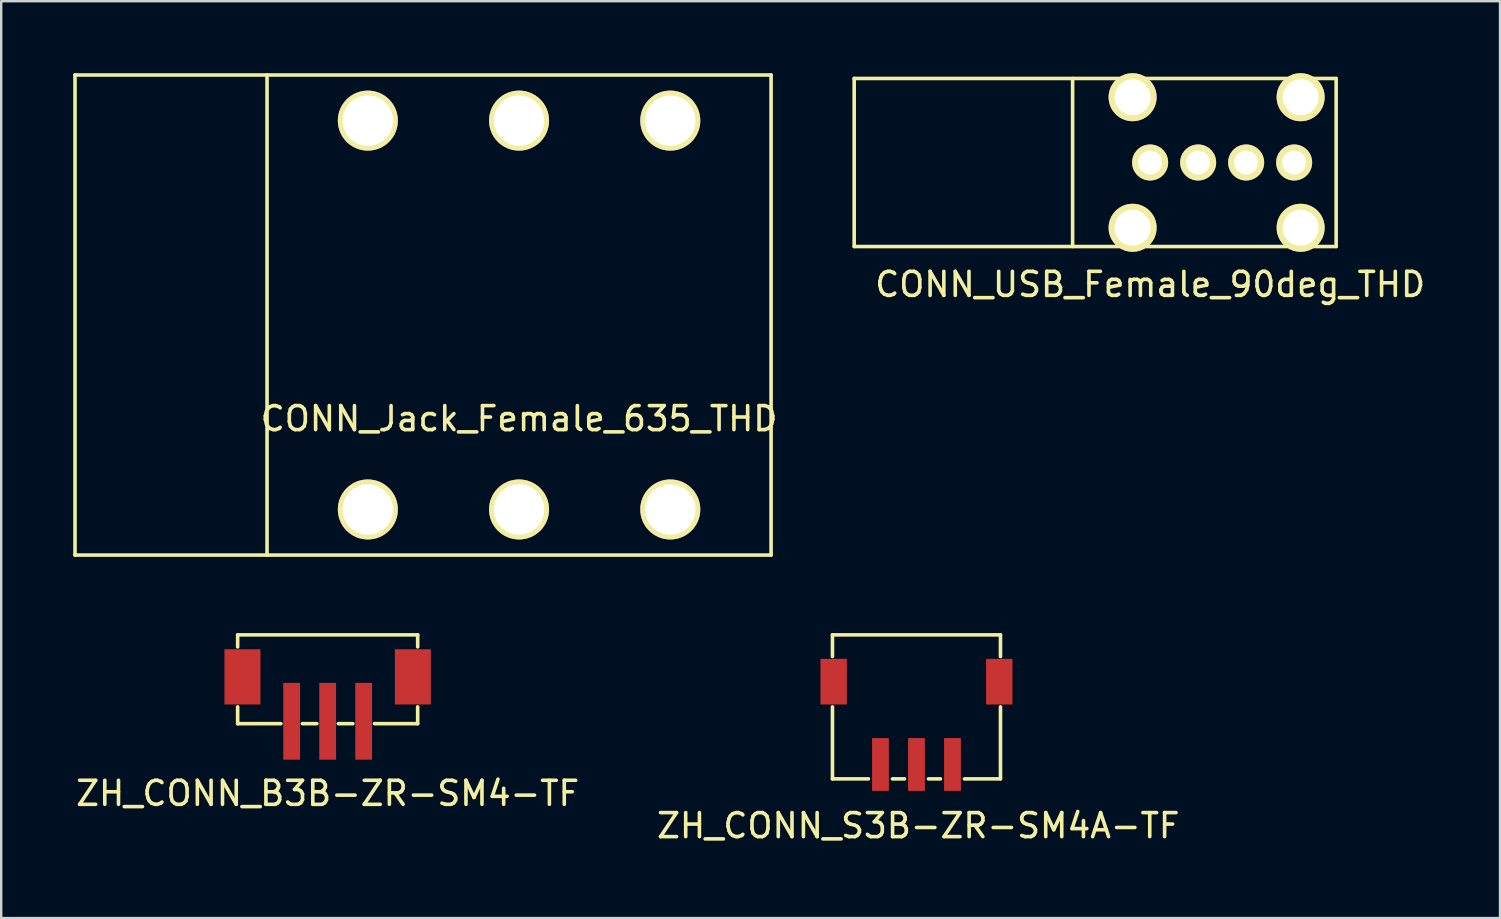
<source format=kicad_pcb>
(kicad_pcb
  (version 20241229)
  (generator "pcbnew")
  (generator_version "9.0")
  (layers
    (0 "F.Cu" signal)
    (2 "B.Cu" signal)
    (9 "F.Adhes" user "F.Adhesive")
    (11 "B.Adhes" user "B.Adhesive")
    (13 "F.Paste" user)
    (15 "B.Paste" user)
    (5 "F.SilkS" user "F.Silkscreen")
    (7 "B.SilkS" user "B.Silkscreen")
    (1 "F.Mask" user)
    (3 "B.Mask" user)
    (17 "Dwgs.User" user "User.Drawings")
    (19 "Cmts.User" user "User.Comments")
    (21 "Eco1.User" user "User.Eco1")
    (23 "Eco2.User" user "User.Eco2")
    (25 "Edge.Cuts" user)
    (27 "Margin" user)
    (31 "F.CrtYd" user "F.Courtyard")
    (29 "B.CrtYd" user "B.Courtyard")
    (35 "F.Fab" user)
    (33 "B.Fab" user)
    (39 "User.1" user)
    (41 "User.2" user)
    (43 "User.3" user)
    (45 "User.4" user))
  (footprint "CONN_Jack_Female_635_THD"
    (layer "F.Cu")
    (at 18.575 10.075)
    (property "Reference" "CONN_Jack_Female_635_THD" (at 0 4.318 0) (layer "F.SilkS") (effects (font (size 1 1) (thickness 0.15))))
    (attr through_hole)
    (fp_line (start -18.5 -10) (end -10.5 -10) (stroke (width 0.15) (type solid)) (layer "F.SilkS"))
    (fp_line (start -18.5 10) (end -18.5 -10) (stroke (width 0.15) (type solid)) (layer "F.SilkS"))
    (fp_line (start -10.5 -10) (end -10.5 10) (stroke (width 0.15) (type solid)) (layer "F.SilkS"))
    (fp_line (start -10.5 10) (end -18.5 10) (stroke (width 0.15) (type solid)) (layer "F.SilkS"))
    (fp_line (start -10.5 10) (end 10.5 10) (stroke (width 0.15) (type solid)) (layer "F.SilkS"))
    (fp_line (start 10.5 -10) (end -10.5 -10) (stroke (width 0.15) (type solid)) (layer "F.SilkS"))
    (fp_line (start 10.5 10) (end 10.5 -10) (stroke (width 0.15) (type solid)) (layer "F.SilkS"))
    (pad "1" thru_hole circle (at -6.3 -8.1) (size 2.5 2.5) (drill 2.1) (layers "*.Cu" "*.Mask" "F.SilkS"))
    (pad "2" thru_hole circle (at 0 -8.1) (size 2.5 2.5) (drill 2.1) (layers "*.Cu" "*.Mask" "F.SilkS"))
    (pad "3" thru_hole circle (at 6.3 -8.1) (size 2.5 2.5) (drill 2.1) (layers "*.Cu" "*.Mask" "F.SilkS"))
    (pad "4" thru_hole circle (at -6.3 8.1) (size 2.5 2.5) (drill 2.1) (layers "*.Cu" "*.Mask" "F.SilkS"))
    (pad "5" thru_hole circle (at 0 8.1) (size 2.5 2.5) (drill 2.1) (layers "*.Cu" "*.Mask" "F.SilkS"))
    (pad "6" thru_hole circle (at 6.3 8.1) (size 2.5 2.5) (drill 2.1) (layers "*.Cu" "*.Mask" "F.SilkS")))
  (footprint "ZH_CONN_S3B-ZR-SM4A-TF"
    (layer "F.Cu")
    (at 35.132 23.4)
    (property "Reference" "ZH_CONN_S3B-ZR-SM4A-TF" (at 0.076 7.95 0) (layer "F.SilkS") (effects (font (size 1 1) (thickness 0.15))))
    (attr through_hole)
    (fp_line (start -3.5 0) (end -3.5 0.9) (stroke (width 0.15) (type solid)) (layer "F.SilkS"))
    (fp_line (start -3.5 0) (end 3.5 0) (stroke (width 0.15) (type solid)) (layer "F.SilkS"))
    (fp_line (start -3.5 3) (end -3.5 6) (stroke (width 0.15) (type solid)) (layer "F.SilkS"))
    (fp_line (start -3.5 6) (end -2 6) (stroke (width 0.15) (type solid)) (layer "F.SilkS"))
    (fp_line (start -1 6) (end -0.5 6) (stroke (width 0.15) (type solid)) (layer "F.SilkS"))
    (fp_line (start 0.5 6) (end 1 6) (stroke (width 0.15) (type solid)) (layer "F.SilkS"))
    (fp_line (start 3.5 0) (end 3.5 0.9) (stroke (width 0.15) (type solid)) (layer "F.SilkS"))
    (fp_line (start 3.5 3) (end 3.5 6) (stroke (width 0.15) (type solid)) (layer "F.SilkS"))
    (fp_line (start 3.5 6) (end 2 6) (stroke (width 0.15) (type solid)) (layer "F.SilkS"))
    (pad "1" smd rect (at -1.5 5.4) (size 0.7 2.2) (layers "F.Cu" "F.Mask" "F.Paste"))
    (pad "2" smd rect (at 0 5.4) (size 0.7 2.2) (layers "F.Cu" "F.Mask" "F.Paste"))
    (pad "3" smd rect (at 1.5 5.4) (size 0.7 2.2) (layers "F.Cu" "F.Mask" "F.Paste"))
    (pad "4" smd rect (at -3.45 1.95) (size 1.1 1.9) (layers "F.Cu" "F.Mask" "F.Paste"))
    (pad "4" smd rect (at 3.45 1.95) (size 1.1 1.9) (layers "F.Cu" "F.Mask" "F.Paste")))
  (footprint "CONN_USB_Female_90deg_THD"
    (layer "F.Cu")
    (at 44.867 3.72)
    (property "Reference" "CONN_USB_Female_90deg_THD" (at 0 5.08 0) (layer "F.SilkS") (effects (font (size 1 1) (thickness 0.15))))
    (attr through_hole)
    (fp_line (start -12.33 -3.5) (end -0.75 -3.5) (stroke (width 0.15) (type solid)) (layer "F.SilkS"))
    (fp_line (start -12.33 3.5) (end -12.33 -3.5) (stroke (width 0.15) (type solid)) (layer "F.SilkS"))
    (fp_line (start -3.23 -3.5) (end -3.23 3.5) (stroke (width 0.15) (type solid)) (layer "F.SilkS"))
    (fp_line (start -0.75 -3.5) (end 7.75 -3.5) (stroke (width 0.15) (type solid)) (layer "F.SilkS"))
    (fp_line (start -0.75 3.5) (end -12.33 3.5) (stroke (width 0.15) (type solid)) (layer "F.SilkS"))
    (fp_line (start 7.75 -3.5) (end 7.75 3.5) (stroke (width 0.15) (type solid)) (layer "F.SilkS"))
    (fp_line (start 7.75 3.5) (end -0.75 3.5) (stroke (width 0.15) (type solid)) (layer "F.SilkS"))
    (pad "1" thru_hole circle (at 0 0) (size 1.5 1.5) (drill 1) (layers "*.Cu" "*.Mask" "F.SilkS"))
    (pad "2" thru_hole circle (at 2 0) (size 1.5 1.5) (drill 1) (layers "*.Cu" "*.Mask" "F.SilkS"))
    (pad "3" thru_hole circle (at 4 0) (size 1.5 1.5) (drill 1) (layers "*.Cu" "*.Mask" "F.SilkS"))
    (pad "4" thru_hole circle (at 6 0) (size 1.5 1.5) (drill 1) (layers "*.Cu" "*.Mask" "F.SilkS"))
    (pad "SHLD" thru_hole circle (at -0.73 -2.72) (size 2 2) (drill 1.5) (layers "*.Cu" "*.Mask" "F.SilkS"))
    (pad "SHLD" thru_hole circle (at -0.73 2.72) (size 2 2) (drill 1.5) (layers "*.Cu" "*.Mask" "F.SilkS"))
    (pad "SHLD" thru_hole circle (at 6.27 -2.72) (size 2 2) (drill 1.5) (layers "*.Cu" "*.Mask" "F.SilkS"))
    (pad "SHLD" thru_hole circle (at 6.27 2.72) (size 2 2) (drill 1.5) (layers "*.Cu" "*.Mask" "F.SilkS")))
  (footprint "ZH_CONN_B3B-ZR-SM4-TF"
    (layer "F.Cu")
    (at 10.601 23.4)
    (property "Reference" "ZH_CONN_B3B-ZR-SM4-TF" (at 0 6.604 0) (layer "F.SilkS") (effects (font (size 1 1) (thickness 0.15))))
    (attr through_hole)
    (fp_line (start -3.75 0) (end -3.75 0.5) (stroke (width 0.15) (type solid)) (layer "F.SilkS"))
    (fp_line (start -3.75 0) (end 3.75 0) (stroke (width 0.15) (type solid)) (layer "F.SilkS"))
    (fp_line (start -3.75 3.7) (end -3.75 3) (stroke (width 0.15) (type solid)) (layer "F.SilkS"))
    (fp_line (start -3.75 3.7) (end -1.95 3.7) (stroke (width 0.15) (type solid)) (layer "F.SilkS"))
    (fp_line (start -1.05 3.7) (end -0.45 3.7) (stroke (width 0.15) (type solid)) (layer "F.SilkS"))
    (fp_line (start 0.45 3.7) (end 1.05 3.7) (stroke (width 0.15) (type solid)) (layer "F.SilkS"))
    (fp_line (start 1.95 3.7) (end 3.75 3.7) (stroke (width 0.15) (type solid)) (layer "F.SilkS"))
    (fp_line (start 3.75 0) (end 3.75 0.5) (stroke (width 0.15) (type solid)) (layer "F.SilkS"))
    (fp_line (start 3.75 3.7) (end 3.75 3) (stroke (width 0.15) (type solid)) (layer "F.SilkS"))
    (pad "1" smd rect (at -1.5 3.6) (size 0.7 3.2) (layers "F.Cu" "F.Mask" "F.Paste"))
    (pad "2" smd rect (at 0 3.6) (size 0.7 3.2) (layers "F.Cu" "F.Mask" "F.Paste"))
    (pad "3" smd rect (at 1.5 3.6) (size 0.7 3.2) (layers "F.Cu" "F.Mask" "F.Paste"))
    (pad "4" smd rect (at -3.55 1.75) (size 1.5 2.3) (layers "F.Cu" "F.Mask" "F.Paste"))
    (pad "4" smd rect (at 3.55 1.75) (size 1.5 2.3) (layers "F.Cu" "F.Mask" "F.Paste")))
  (gr_rect
    (start -3 -3)
    (end 59.444 35.198)
    (stroke (width 0.1) (type default))
    (fill no)
    (layer "Edge.Cuts")))
</source>
